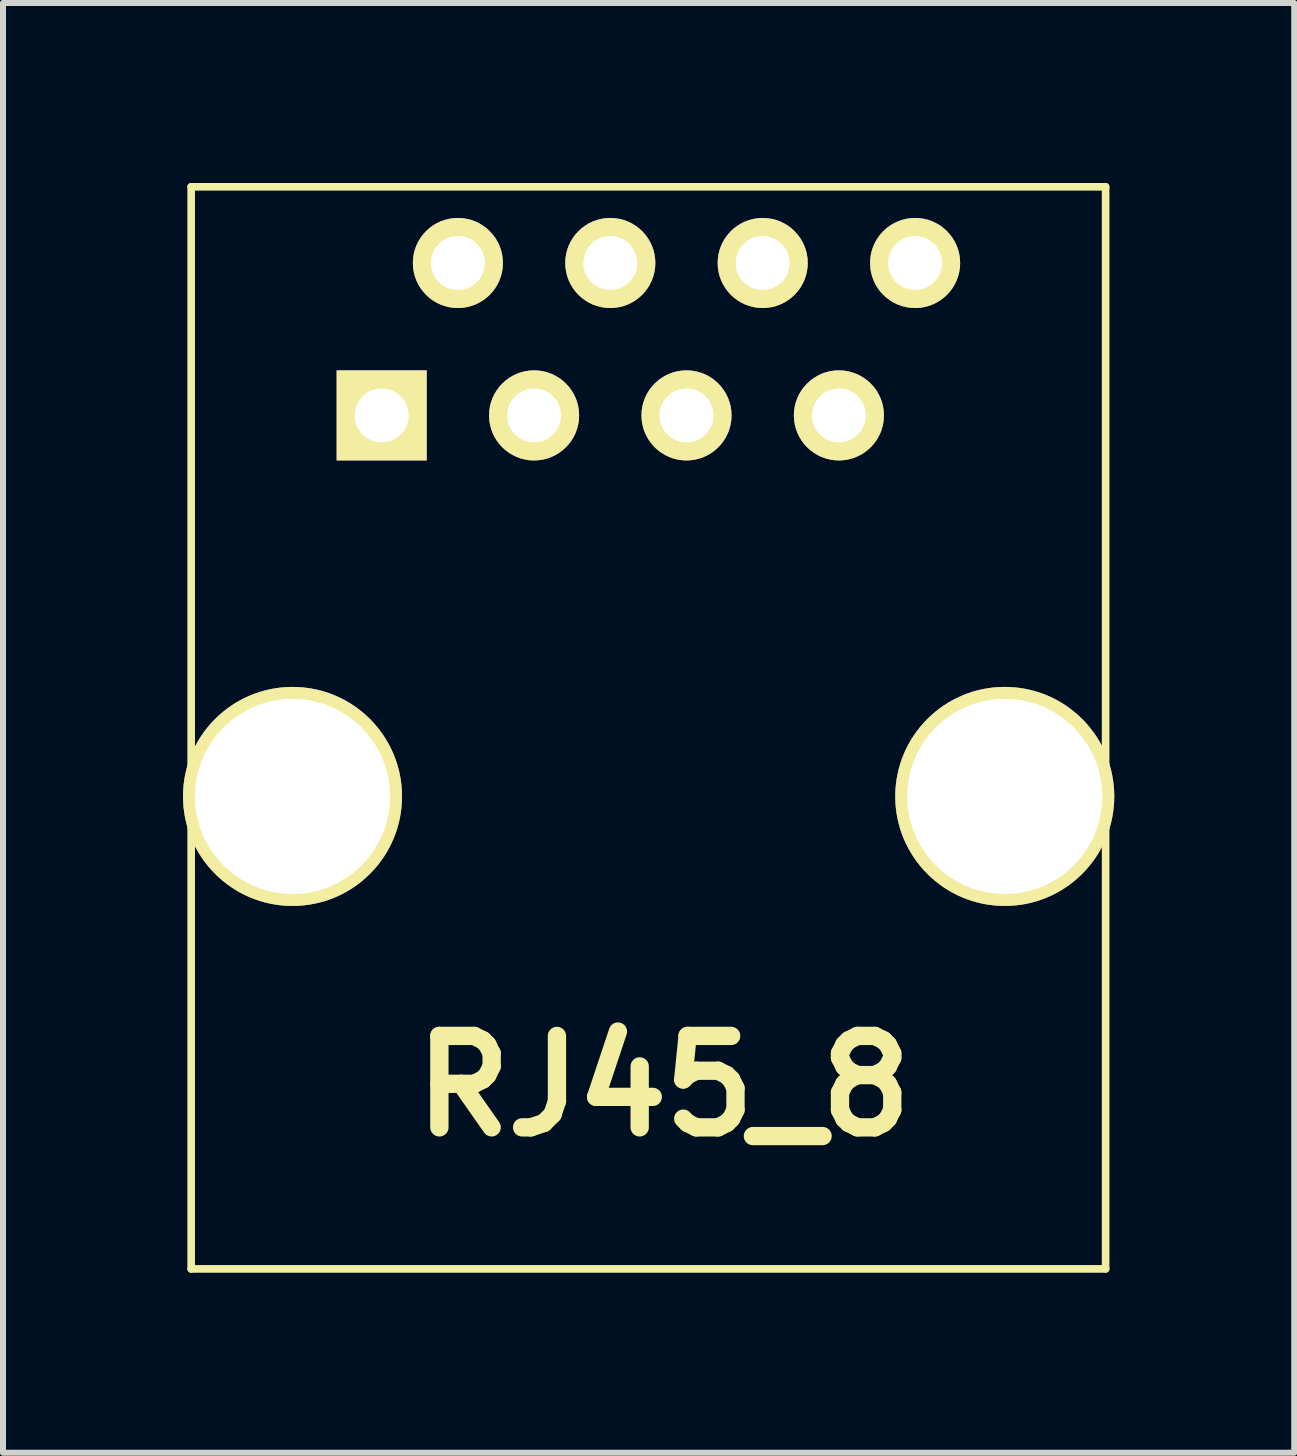
<source format=kicad_pcb>
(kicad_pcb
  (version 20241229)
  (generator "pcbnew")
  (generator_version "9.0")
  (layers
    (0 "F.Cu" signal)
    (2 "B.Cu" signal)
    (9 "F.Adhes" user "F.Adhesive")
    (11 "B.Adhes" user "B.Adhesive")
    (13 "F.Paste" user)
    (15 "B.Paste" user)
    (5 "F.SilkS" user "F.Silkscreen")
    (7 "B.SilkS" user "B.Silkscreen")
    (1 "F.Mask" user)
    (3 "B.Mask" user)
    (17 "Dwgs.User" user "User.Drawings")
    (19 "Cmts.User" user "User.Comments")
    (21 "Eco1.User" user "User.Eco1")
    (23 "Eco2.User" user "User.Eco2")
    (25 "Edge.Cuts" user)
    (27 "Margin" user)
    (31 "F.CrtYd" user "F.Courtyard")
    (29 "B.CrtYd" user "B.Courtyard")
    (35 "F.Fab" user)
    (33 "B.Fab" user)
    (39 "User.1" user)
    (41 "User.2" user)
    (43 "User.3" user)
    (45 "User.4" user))
  (footprint "RJ45_8"
    (placed yes)
    (layer "F.Cu")
    (at 7.756 10.223)
    (property "Reference" "RJ45_8" (at 0.254 4.826 0) (layer "F.SilkS") (effects (font (size 1.524 1.524) (thickness 0.305))))
    (attr through_hole)
    (fp_line (start -7.62 -10.16) (end -7.62 7.874) (stroke (width 0.127) (type solid)) (layer "F.SilkS"))
    (fp_line (start -7.62 7.874) (end 7.62 7.874) (stroke (width 0.127) (type solid)) (layer "F.SilkS"))
    (fp_line (start 7.62 -10.16) (end -7.62 -10.16) (stroke (width 0.127) (type solid)) (layer "F.SilkS"))
    (fp_line (start 7.62 7.874) (end 7.62 -10.16) (stroke (width 0.127) (type solid)) (layer "F.SilkS"))
    (pad "1" thru_hole rect (at -4.445 -6.35) (size 1.501 1.501) (drill 0.899) (layers "*.Cu" "*.Mask" "F.SilkS"))
    (pad "2" thru_hole circle (at -3.175 -8.89) (size 1.501 1.501) (drill 0.899) (layers "*.Cu" "*.Mask" "F.SilkS"))
    (pad "3" thru_hole circle (at -1.905 -6.35) (size 1.501 1.501) (drill 0.899) (layers "*.Cu" "*.Mask" "F.SilkS"))
    (pad "4" thru_hole circle (at -0.635 -8.89) (size 1.501 1.501) (drill 0.899) (layers "*.Cu" "*.Mask" "F.SilkS"))
    (pad "5" thru_hole circle (at 0.635 -6.35) (size 1.501 1.501) (drill 0.899) (layers "*.Cu" "*.Mask" "F.SilkS"))
    (pad "6" thru_hole circle (at 1.905 -8.89) (size 1.501 1.501) (drill 0.899) (layers "*.Cu" "*.Mask" "F.SilkS"))
    (pad "7" thru_hole circle (at 3.175 -6.35) (size 1.501 1.501) (drill 0.899) (layers "*.Cu" "*.Mask" "F.SilkS"))
    (pad "8" thru_hole circle (at 4.445 -8.89) (size 1.501 1.501) (drill 0.899) (layers "*.Cu" "*.Mask" "F.SilkS"))
    (pad "Hole" thru_hole circle (at -5.931 0) (size 3.65 3.65) (drill 3.251) (layers "*.Cu" "*.Mask" "F.SilkS"))
    (pad "Hole" thru_hole circle (at 5.939 0) (size 3.65 3.65) (drill 3.251) (layers "*.Cu" "*.Mask" "F.SilkS")))
  (gr_rect
    (start -3 -3)
    (end 18.519 21.161)
    (stroke (width 0.1) (type default))
    (fill no)
    (layer "Edge.Cuts")))
</source>
